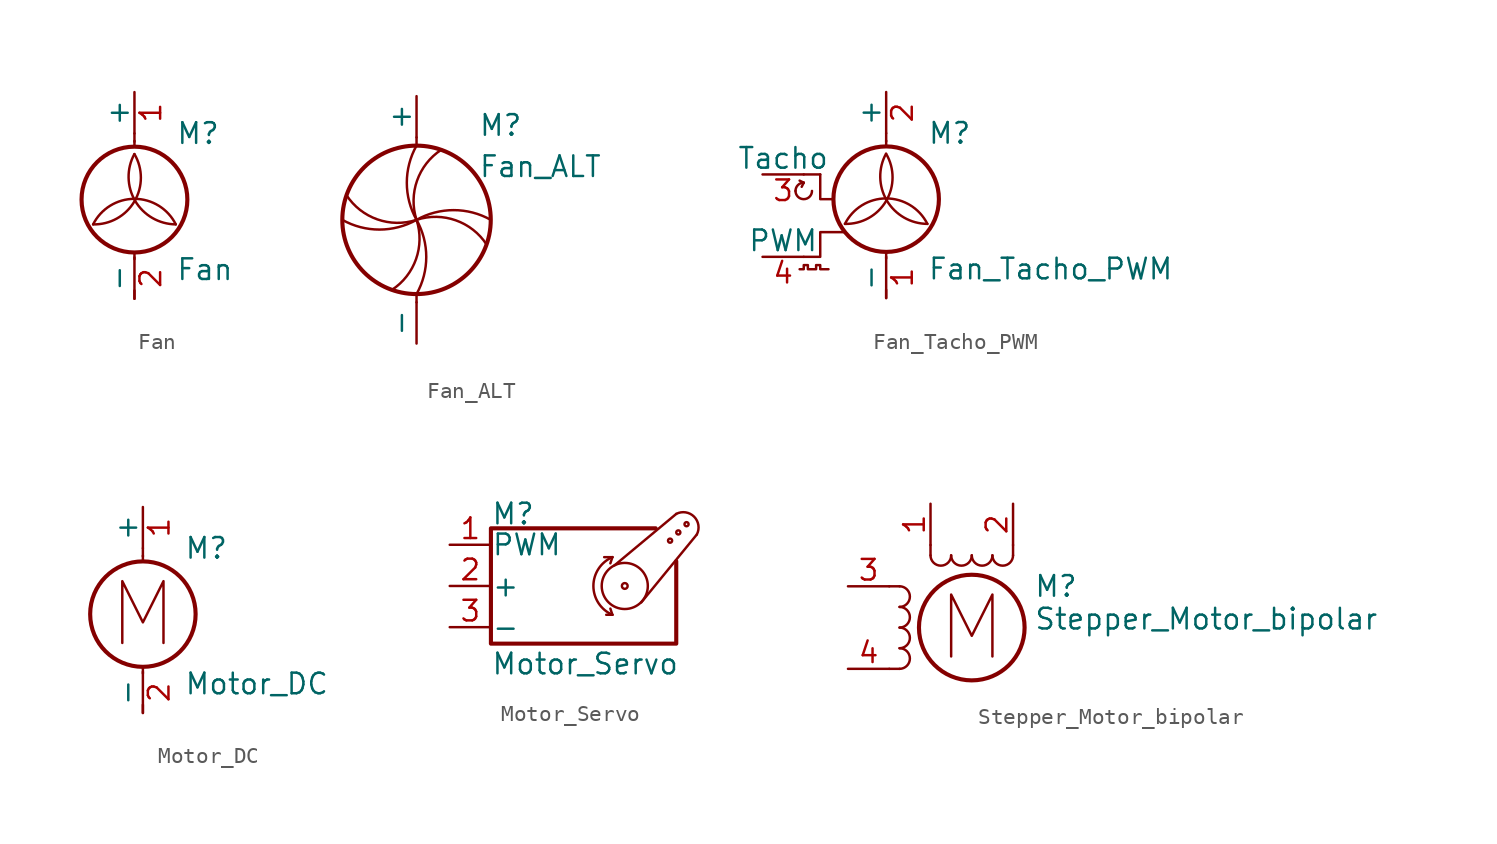
<source format=kicad_sym>
(kicad_symbol_lib
  (version 20241209)
  (generator "kicad_symbol_editor")
  (generator_version "9.0")
  (symbol "Fan"
    (pin_names
      (offset 0))
    (property "Reference" "M"
      (at 2.54 5.08 0)
      (effects (font (size 1.27 1.27)) (justify left)))
    (property "Value" "Fan"
      (at 2.54 -2.54 0)
      (effects (font (size 1.27 1.27)) (justify left top)))
    (symbol "Fan_0_1"
      (arc (start 0 3.81) (mid -0.0015 0.9048) (end -2.54 -0.508) (stroke (width 0) (type default)) (fill (type none)))
      (polyline (pts (xy 0 4.572) (xy 0 5.08)) (stroke (width 0) (type default)) (fill (type none)))
      (polyline (pts (xy 0 4.267) (xy 0 4.623)) (stroke (width 0) (type default)) (fill (type none)))
      (circle (center 0 1.016) (radius 3.251) (stroke (width 0.254) (type default)) (fill (type none)))
      (arc (start -2.54 -0.508) (mid 0 1.0618) (end 2.54 -0.508) (stroke (width 0) (type default)) (fill (type none)))
      (polyline (pts (xy 0 -2.235) (xy 0 -2.642)) (stroke (width 0) (type default)) (fill (type none)))
      (polyline (pts (xy 0 -5.08) (xy 0 -4.572)) (stroke (width 0) (type default)) (fill (type none)))
      (arc (start 2.54 -0.508) (mid 0.047 0.9315) (end 0 3.81) (stroke (width 0) (type default)) (fill (type none))))
    (symbol "Fan_1_1"
      (pin passive line (at 0 7.62 270) (length 2.54) (name "+" (effects (font (size 1.27 1.27)))) (number "1" (effects (font (size 1.27 1.27)))))
      (pin passive line (at 0 -5.08 90) (length 2.54) (name "-" (effects (font (size 1.27 1.27)))) (number "2" (effects (font (size 1.27 1.27)))))))
  (symbol "Fan_ALT"
    (pin_numbers
      (hide yes))
    (pin_names
      (offset 0))
    (property "Reference" "M"
      (at 3.81 5.08 0)
      (effects (font (size 1.27 1.27)) (justify left bottom)))
    (property "Value" "Fan_ALT"
      (at 3.81 2.54 0)
      (effects (font (size 1.27 1.27)) (justify left bottom)))
    (symbol "Fan_ALT_0_1"
      (arc (start 0 0) (mid 0.5988 -2.286) (end 0 -4.572) (stroke (width 0) (type default)) (fill (type none)))
      (arc (start 0 0) (mid -0.0298 -2.4174) (end -1.524 -4.318) (stroke (width 0) (type default)) (fill (type none)))
      (arc (start 0 0) (mid -2.286 -0.5988) (end -4.572 0) (stroke (width 0) (type default)) (fill (type none)))
      (arc (start 0 0) (mid -2.4174 0.0298) (end -4.318 1.524) (stroke (width 0) (type default)) (fill (type none)))
      (polyline (pts (xy 0 4.572) (xy 0 5.08)) (stroke (width 0) (type default)) (fill (type none)))
      (circle (center 0 0) (radius 4.572) (stroke (width 0.254) (type default)) (fill (type none)))
      (polyline (pts (xy 0 -5.08) (xy 0 -4.572)) (stroke (width 0) (type default)) (fill (type none)))
      (arc (start 0 0) (mid 2.4174 -0.0298) (end 4.318 -1.524) (stroke (width 0) (type default)) (fill (type none)))
      (arc (start 0 0) (mid 2.286 0.5988) (end 4.572 0) (stroke (width 0) (type default)) (fill (type none)))
      (arc (start 0 0) (mid 0.0324 2.4156) (end 1.524 4.318) (stroke (width 0) (type default)) (fill (type none)))
      (arc (start 0 0) (mid -0.5988 2.286) (end 0 4.572) (stroke (width 0) (type default)) (fill (type none))))
    (symbol "Fan_ALT_1_1"
      (pin passive line (at 0 7.62 270) (length 2.54) (name "+" (effects (font (size 1.27 1.27)))) (number "1" (effects (font (size 1.27 1.27)))))
      (pin passive line (at 0 -7.62 90) (length 2.54) (name "-" (effects (font (size 1.27 1.27)))) (number "2" (effects (font (size 1.27 1.27)))))))
  (symbol "Fan_Tacho_PWM"
    (pin_names
      (offset 0))
    (property "Reference" "M"
      (at 2.54 5.08 0)
      (effects (font (size 1.27 1.27)) (justify left)))
    (property "Value" "Fan_Tacho_PWM"
      (at 2.54 -2.54 0)
      (effects (font (size 1.27 1.27)) (justify left top)))
    (symbol "Fan_Tacho_PWM_0_0"
      (polyline (pts (xy -5.08 2.032) (xy -5.334 2.159)) (stroke (width 0) (type default)) (fill (type none)))
      (polyline (pts (xy -5.08 2.032) (xy -5.207 1.778)) (stroke (width 0) (type default)) (fill (type none)))
      (arc (start -4.572 1.524) (mid -5.08 1.0182) (end -5.588 1.524) (stroke (width 0) (type default)) (fill (type none)))
      (arc (start -5.588 1.524) (mid -5.4392 1.8832) (end -5.08 2.032) (stroke (width 0) (type default)) (fill (type none)))
      (polyline (pts (xy -4.064 2.54) (xy -4.064 1.016) (xy -3.302 1.016)) (stroke (width 0) (type default)) (fill (type none))))
    (symbol "Fan_Tacho_PWM_0_1"
      (polyline (pts (xy -5.334 -3.302) (xy -5.08 -3.302) (xy -5.08 -3.048) (xy -4.826 -3.048) (xy -4.826 -3.302) (xy -4.318 -3.302) (xy -4.318 -3.048) (xy -4.064 -3.048) (xy -4.064 -3.302) (xy -3.556 -3.302)) (stroke (width 0) (type default)) (fill (type none)))
      (polyline (pts (xy -4.064 2.54) (xy -5.08 2.54)) (stroke (width 0) (type default)) (fill (type none)))
      (polyline (pts (xy -2.54 -1.016) (xy -4.064 -1.016) (xy -4.064 -2.54) (xy -5.08 -2.54)) (stroke (width 0) (type default)) (fill (type none)))
      (arc (start 0 3.81) (mid -0.0015 0.9048) (end -2.54 -0.508) (stroke (width 0) (type default)) (fill (type none)))
      (polyline (pts (xy 0 4.572) (xy 0 5.08)) (stroke (width 0) (type default)) (fill (type none)))
      (polyline (pts (xy 0 4.267) (xy 0 4.623)) (stroke (width 0) (type default)) (fill (type none)))
      (circle (center 0 1.016) (radius 3.251) (stroke (width 0.254) (type default)) (fill (type none)))
      (arc (start -2.54 -0.508) (mid 0 1.0618) (end 2.54 -0.508) (stroke (width 0) (type default)) (fill (type none)))
      (polyline (pts (xy 0 -2.235) (xy 0 -2.642)) (stroke (width 0) (type default)) (fill (type none)))
      (polyline (pts (xy 0 -5.08) (xy 0 -4.572)) (stroke (width 0) (type default)) (fill (type none)))
      (arc (start 2.54 -0.508) (mid 0.047 0.9315) (end 0 3.81) (stroke (width 0) (type default)) (fill (type none))))
    (symbol "Fan_Tacho_PWM_1_1"
      (pin passive line (at -7.62 2.54 0) (length 2.54) (name "Tacho" (effects (font (size 1.27 1.27)))) (number "3" (effects (font (size 1.27 1.27)))))
      (pin input line (at -7.62 -2.54 0) (length 2.54) (name "PWM" (effects (font (size 1.27 1.27)))) (number "4" (effects (font (size 1.27 1.27)))))
      (pin passive line (at 0 7.62 270) (length 2.54) (name "+" (effects (font (size 1.27 1.27)))) (number "2" (effects (font (size 1.27 1.27)))))
      (pin passive line (at 0 -5.08 90) (length 2.54) (name "-" (effects (font (size 1.27 1.27)))) (number "1" (effects (font (size 1.27 1.27)))))))
  (symbol "Motor_DC"
    (pin_names
      (offset 0))
    (property "Reference" "M"
      (at 2.54 2.54 0)
      (effects (font (size 1.27 1.27)) (justify left)))
    (property "Value" "Motor_DC"
      (at 2.54 -5.08 0)
      (effects (font (size 1.27 1.27)) (justify left top)))
    (symbol "Motor_DC_0_0"
      (polyline (pts (xy -1.27 -3.302) (xy -1.27 0.508) (xy 0 -2.032) (xy 1.27 0.508) (xy 1.27 -3.302)) (stroke (width 0) (type default)) (fill (type none))))
    (symbol "Motor_DC_0_1"
      (polyline (pts (xy 0 2.032) (xy 0 2.54)) (stroke (width 0) (type default)) (fill (type none)))
      (polyline (pts (xy 0 1.727) (xy 0 2.083)) (stroke (width 0) (type default)) (fill (type none)))
      (circle (center 0 -1.524) (radius 3.251) (stroke (width 0.254) (type default)) (fill (type none)))
      (polyline (pts (xy 0 -4.775) (xy 0 -5.182)) (stroke (width 0) (type default)) (fill (type none)))
      (polyline (pts (xy 0 -7.62) (xy 0 -7.112)) (stroke (width 0) (type default)) (fill (type none))))
    (symbol "Motor_DC_1_1"
      (pin passive line (at 0 5.08 270) (length 2.54) (name "+" (effects (font (size 1.27 1.27)))) (number "1" (effects (font (size 1.27 1.27)))))
      (pin passive line (at 0 -7.62 90) (length 2.54) (name "-" (effects (font (size 1.27 1.27)))) (number "2" (effects (font (size 1.27 1.27)))))))
  (symbol "Motor_Servo"
    (pin_names
      (offset 0.025))
    (property "Reference" "M"
      (at -5.08 4.445 0)
      (effects (font (size 1.27 1.27)) (justify left)))
    (property "Value" "Motor_Servo"
      (at -5.08 -4.064 0)
      (effects (font (size 1.27 1.27)) (justify left top)))
    (symbol "Motor_Servo_0_1"
      (polyline (pts (xy 2.413 1.778) (xy 1.905 1.778)) (stroke (width 0) (type default)) (fill (type none)))
      (polyline (pts (xy 2.413 1.778) (xy 2.286 1.397)) (stroke (width 0) (type default)) (fill (type none)))
      (polyline (pts (xy 2.413 -1.778) (xy 2.032 -1.778)) (stroke (width 0) (type default)) (fill (type none)))
      (polyline (pts (xy 2.413 -1.778) (xy 2.286 -1.397)) (stroke (width 0) (type default)) (fill (type none)))
      (arc (start 2.413 -1.778) (mid 1.2406 0) (end 2.413 1.778) (stroke (width 0) (type default)) (fill (type none)))
      (circle (center 3.175 0) (radius 0.178) (stroke (width 0) (type default)) (fill (type none)))
      (circle (center 3.175 0) (radius 1.422) (stroke (width 0) (type default)) (fill (type none)))
      (polyline (pts (xy 5.08 3.556) (xy -5.08 3.556) (xy -5.08 -3.556) (xy 6.35 -3.556) (xy 6.35 1.524)) (stroke (width 0.254) (type default)) (fill (type none)))
      (circle (center 5.969 2.794) (radius 0.127) (stroke (width 0) (type default)) (fill (type none)))
      (polyline (pts (xy 6.35 4.445) (xy 2.54 1.27)) (stroke (width 0) (type default)) (fill (type none)))
      (circle (center 6.477 3.302) (radius 0.127) (stroke (width 0) (type default)) (fill (type none)))
      (arc (start 6.35 4.445) (mid 7.4487 4.2737) (end 7.62 3.175) (stroke (width 0) (type default)) (fill (type none)))
      (circle (center 6.985 3.81) (radius 0.127) (stroke (width 0) (type default)) (fill (type none)))
      (polyline (pts (xy 7.62 3.175) (xy 4.191 -1.016)) (stroke (width 0) (type default)) (fill (type none))))
    (symbol "Motor_Servo_1_1"
      (pin passive line (at -7.62 2.54 0) (length 2.54) (name "PWM" (effects (font (size 1.27 1.27)))) (number "1" (effects (font (size 1.27 1.27)))))
      (pin passive line (at -7.62 0 0) (length 2.54) (name "+" (effects (font (size 1.27 1.27)))) (number "2" (effects (font (size 1.27 1.27)))))
      (pin passive line (at -7.62 -2.54 0) (length 2.54) (name "-" (effects (font (size 1.27 1.27)))) (number "3" (effects (font (size 1.27 1.27)))))))
  (symbol "Stepper_Motor_bipolar"
    (pin_names
      (offset 0)
      (hide yes))
    (property "Reference" "M"
      (at 3.81 2.54 0)
      (effects (font (size 1.27 1.27)) (justify left)))
    (property "Value" "Stepper_Motor_bipolar"
      (at 3.81 1.27 0)
      (effects (font (size 1.27 1.27)) (justify left top)))
    (symbol "Stepper_Motor_bipolar_0_0"
      (polyline (pts (xy -1.27 -1.778) (xy -1.27 2.032) (xy 0 -0.508) (xy 1.27 2.032) (xy 1.27 -1.778)) (stroke (width 0) (type default)) (fill (type none))))
    (symbol "Stepper_Motor_bipolar_0_1"
      (polyline (pts (xy -5.08 2.54) (xy -4.445 2.54)) (stroke (width 0) (type default)) (fill (type none)))
      (polyline (pts (xy -5.08 -2.54) (xy -4.445 -2.54)) (stroke (width 0) (type default)) (fill (type none)))
      (arc (start -4.445 2.54) (mid -3.8127 1.905) (end -4.445 1.27) (stroke (width 0) (type default)) (fill (type none)))
      (arc (start -4.445 1.27) (mid -3.8127 0.635) (end -4.445 0) (stroke (width 0) (type default)) (fill (type none)))
      (arc (start -4.445 0) (mid -3.8127 -0.635) (end -4.445 -1.27) (stroke (width 0) (type default)) (fill (type none)))
      (arc (start -4.445 -1.27) (mid -3.8127 -1.905) (end -4.445 -2.54) (stroke (width 0) (type default)) (fill (type none)))
      (polyline (pts (xy -2.54 5.08) (xy -2.54 4.445)) (stroke (width 0) (type default)) (fill (type none)))
      (arc (start -1.27 4.445) (mid -1.905 3.8127) (end -2.54 4.445) (stroke (width 0) (type default)) (fill (type none)))
      (arc (start 0 4.445) (mid -0.635 3.8127) (end -1.27 4.445) (stroke (width 0) (type default)) (fill (type none)))
      (circle (center 0 0) (radius 3.251) (stroke (width 0.254) (type default)) (fill (type none)))
      (arc (start 1.27 4.445) (mid 0.635 3.8127) (end 0 4.445) (stroke (width 0) (type default)) (fill (type none)))
      (arc (start 2.54 4.445) (mid 1.905 3.8127) (end 1.27 4.445) (stroke (width 0) (type default)) (fill (type none)))
      (polyline (pts (xy 2.54 5.08) (xy 2.54 4.445)) (stroke (width 0) (type default)) (fill (type none))))
    (symbol "Stepper_Motor_bipolar_1_1"
      (pin passive line (at -7.62 2.54 0) (length 2.54) (name "~" (effects (font (size 1.27 1.27)))) (number "3" (effects (font (size 1.27 1.27)))))
      (pin passive line (at -7.62 -2.54 0) (length 2.54) (name "~" (effects (font (size 1.27 1.27)))) (number "4" (effects (font (size 1.27 1.27)))))
      (pin passive line (at -2.54 7.62 270) (length 2.54) (name "~" (effects (font (size 1.27 1.27)))) (number "1" (effects (font (size 1.27 1.27)))))
      (pin passive line (at 2.54 7.62 270) (length 2.54) (name "-" (effects (font (size 1.27 1.27)))) (number "2" (effects (font (size 1.27 1.27))))))))
</source>
